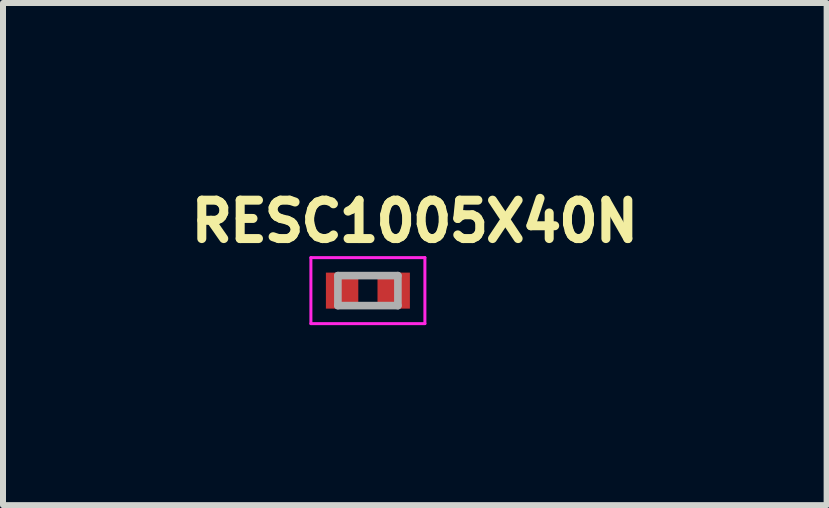
<source format=kicad_pcb>
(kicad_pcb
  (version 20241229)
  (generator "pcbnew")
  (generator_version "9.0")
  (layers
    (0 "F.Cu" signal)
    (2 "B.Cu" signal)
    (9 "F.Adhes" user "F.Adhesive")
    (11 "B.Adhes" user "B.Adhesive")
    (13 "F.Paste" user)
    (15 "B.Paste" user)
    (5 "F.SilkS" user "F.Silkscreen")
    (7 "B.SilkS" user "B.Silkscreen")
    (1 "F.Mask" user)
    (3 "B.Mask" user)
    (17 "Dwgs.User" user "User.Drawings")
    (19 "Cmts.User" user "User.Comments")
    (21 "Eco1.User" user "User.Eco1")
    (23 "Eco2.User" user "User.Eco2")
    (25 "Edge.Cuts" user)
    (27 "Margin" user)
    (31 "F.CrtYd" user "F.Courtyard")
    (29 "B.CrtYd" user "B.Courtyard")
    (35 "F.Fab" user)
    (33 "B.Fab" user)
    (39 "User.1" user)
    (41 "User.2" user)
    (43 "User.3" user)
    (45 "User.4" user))
  (footprint "RESC1005X40N"
    (layer "F.Cu")
    (at 3.082 1.794)
    (property "Reference" "RESC1005X40N" (at 0.782 -1.156 0) (layer "F.SilkS") (effects (font (size 0.64 0.64) (thickness 0.15))))
    (attr smd)
    (fp_line (start -0.95 -0.55) (end 0.95 -0.55) (stroke (width 0.05) (type solid)) (layer "F.CrtYd"))
    (fp_line (start -0.95 0.55) (end -0.95 -0.55) (stroke (width 0.05) (type solid)) (layer "F.CrtYd"))
    (fp_line (start 0.95 -0.55) (end 0.95 0.55) (stroke (width 0.05) (type solid)) (layer "F.CrtYd"))
    (fp_line (start 0.95 0.55) (end -0.95 0.55) (stroke (width 0.05) (type solid)) (layer "F.CrtYd"))
    (fp_line (start -0.5 -0.25) (end 0.5 -0.25) (stroke (width 0.127) (type solid)) (layer "F.Fab"))
    (fp_line (start -0.5 0.25) (end -0.5 -0.25) (stroke (width 0.127) (type solid)) (layer "F.Fab"))
    (fp_line (start 0.5 -0.25) (end 0.5 0.25) (stroke (width 0.127) (type solid)) (layer "F.Fab"))
    (fp_line (start 0.5 0.25) (end -0.5 0.25) (stroke (width 0.127) (type solid)) (layer "F.Fab"))
    (pad "1" smd rect (at -0.43 0) (size 0.54 0.6) (layers "F.Cu" "F.Mask" "F.Paste"))
    (pad "2" smd rect (at 0.43 0) (size 0.54 0.6) (layers "F.Cu" "F.Mask" "F.Paste")))
  (gr_rect
    (start -3 -3)
    (end 10.728 5.369)
    (stroke (width 0.1) (type default))
    (fill no)
    (layer "Edge.Cuts")))
</source>
